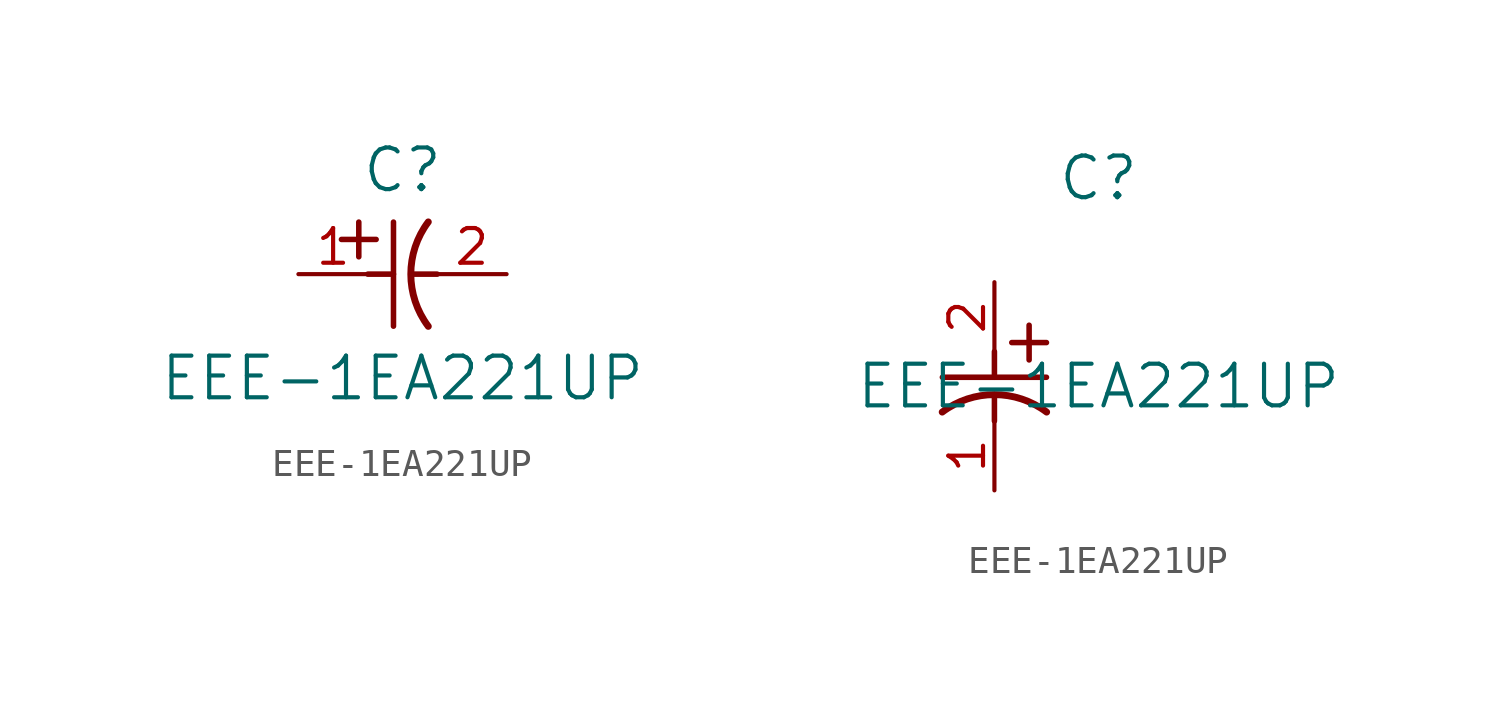
<source format=kicad_sym>
(kicad_symbol_lib
  (version 20220914)
  (generator kicad_symbol_editor)
  (symbol "EEE-1EA221UP"
    (pin_names
      (offset 0.254))
    (property "Reference" "C"
      (at 3.81 3.81 0)
      (effects (font (size 1.524 1.524))))
    (property "Value" "EEE-1EA221UP"
      (at 3.81 -3.81 0)
      (effects (font (size 1.524 1.524))))
    (symbol "EEE-1EA221UP_1_1"
      (polyline (pts (xy 1.575 1.27) (xy 2.845 1.27)) (stroke (width 0.203) (type default)) (fill (type none)))
      (polyline (pts (xy 2.21 0.635) (xy 2.21 1.905)) (stroke (width 0.203) (type default)) (fill (type none)))
      (polyline (pts (xy 2.54 0) (xy 3.48 0)) (stroke (width 0.203) (type default)) (fill (type none)))
      (polyline (pts (xy 3.48 -1.905) (xy 3.48 1.905)) (stroke (width 0.203) (type default)) (fill (type none)))
      (polyline (pts (xy 4.115 0) (xy 5.08 0)) (stroke (width 0.203) (type default)) (fill (type none)))
      (arc (start 4.7541 1.9108) (mid 4.1148 0) (end 4.7541 -1.9108) (stroke (width 0.254) (type default)) (fill (type none)))
      (pin unspecified line (at 0 0 0) (length 2.54) (name "" (effects (font (size 1.27 1.27)))) (number "1" (effects (font (size 1.27 1.27)))))
      (pin unspecified line (at 7.62 0 180) (length 2.54) (name "" (effects (font (size 1.27 1.27)))) (number "2" (effects (font (size 1.27 1.27))))))
    (symbol "EEE-1EA221UP_1_2"
      (polyline (pts (xy -1.905 -3.48) (xy 1.905 -3.48)) (stroke (width 0.203) (type default)) (fill (type none)))
      (polyline (pts (xy 0 -4.115) (xy 0 -5.08)) (stroke (width 0.203) (type default)) (fill (type none)))
      (polyline (pts (xy 0 -2.54) (xy 0 -3.48)) (stroke (width 0.203) (type default)) (fill (type none)))
      (polyline (pts (xy 0.635 -2.21) (xy 1.905 -2.21)) (stroke (width 0.203) (type default)) (fill (type none)))
      (polyline (pts (xy 1.27 -1.575) (xy 1.27 -2.845)) (stroke (width 0.203) (type default)) (fill (type none)))
      (arc (start 1.9108 -4.7541) (mid 0 -4.1148) (end -1.9108 -4.7541) (stroke (width 0.254) (type default)) (fill (type none)))
      (pin unspecified line (at 0 -7.62 90) (length 2.54) (name "" (effects (font (size 1.27 1.27)))) (number "1" (effects (font (size 1.27 1.27)))))
      (pin unspecified line (at 0 0 270) (length 2.54) (name "" (effects (font (size 1.27 1.27)))) (number "2" (effects (font (size 1.27 1.27))))))))
</source>
